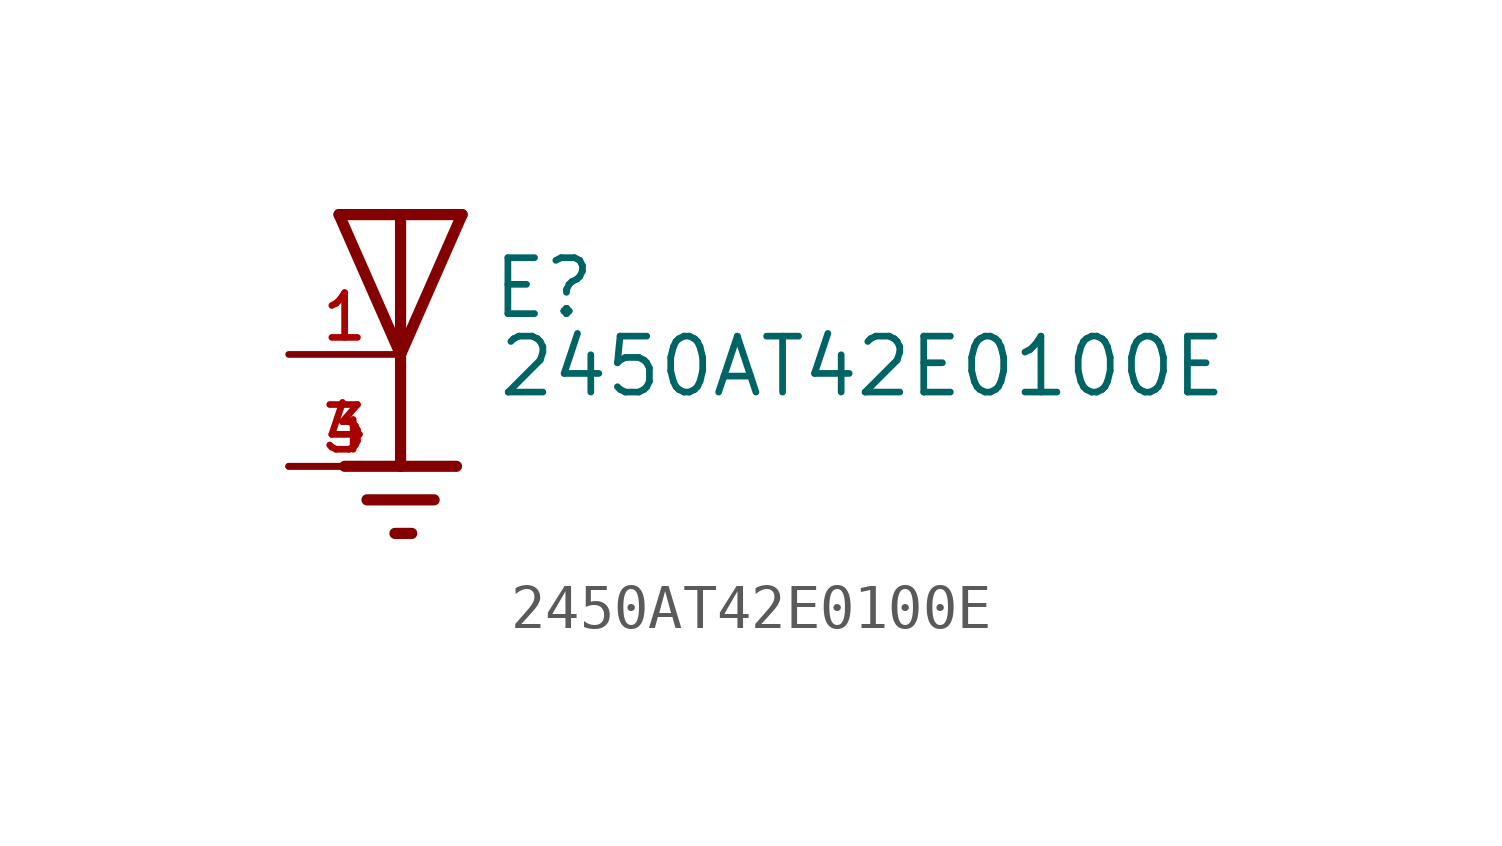
<source format=kicad_sym>
(kicad_symbol_lib
  (version 20211014)
  (generator kicad_symbol_editor)
  (symbol "2450AT42E0100E"
    (pin_names
      (offset 1.016))
    (property "Reference" "E"
      (at 2.034 0.763 0)
      (effects (font (size 1.27 1.27)) (justify bottom left)))
    (property "Value" "2450AT42E0100E"
      (at 2.163 -1.018 0)
      (effects (font (size 1.27 1.27)) (justify bottom left)))
    (symbol "2450AT42E0100E_0_0"
      (polyline (pts (xy -1.397 3.175) (xy 0.0 3.175)) (stroke (width 0.254)))
      (polyline (pts (xy 0.0 3.175) (xy 1.397 3.175)) (stroke (width 0.254)))
      (polyline (pts (xy 1.397 3.175) (xy 0.0 0.0)) (stroke (width 0.254)))
      (polyline (pts (xy 0.0 0.0) (xy -1.397 3.175)) (stroke (width 0.254)))
      (polyline (pts (xy 0.0 3.175) (xy 0.0 0.0)) (stroke (width 0.254)))
      (polyline (pts (xy 0.0 0.0) (xy 0.0 -2.54)) (stroke (width 0.254)))
      (polyline (pts (xy 0.0 -2.54) (xy -1.27 -2.54)) (stroke (width 0.254)))
      (polyline (pts (xy 0.0 -2.54) (xy 1.27 -2.54)) (stroke (width 0.254)))
      (polyline (pts (xy -0.762 -3.302) (xy 0.762 -3.302)) (stroke (width 0.254)))
      (polyline (pts (xy -0.127 -4.064) (xy 0.254 -4.064)) (stroke (width 0.254)))
      (pin passive line (at -2.54 0.0 0) (length 2.54) (name "~" (effects (font (size 1.016 1.016)))) (number "1" (effects (font (size 1.016 1.016)))))
      (pin power_in line (at -2.54 -2.54 0) (length 2.54) (name "~" (effects (font (size 1.016 1.016)))) (number "3" (effects (font (size 1.016 1.016)))))
      (pin power_in line (at -2.54 -2.54 0) (length 2.54) (name "~" (effects (font (size 1.016 1.016)))) (number "4" (effects (font (size 1.016 1.016))))))))
</source>
